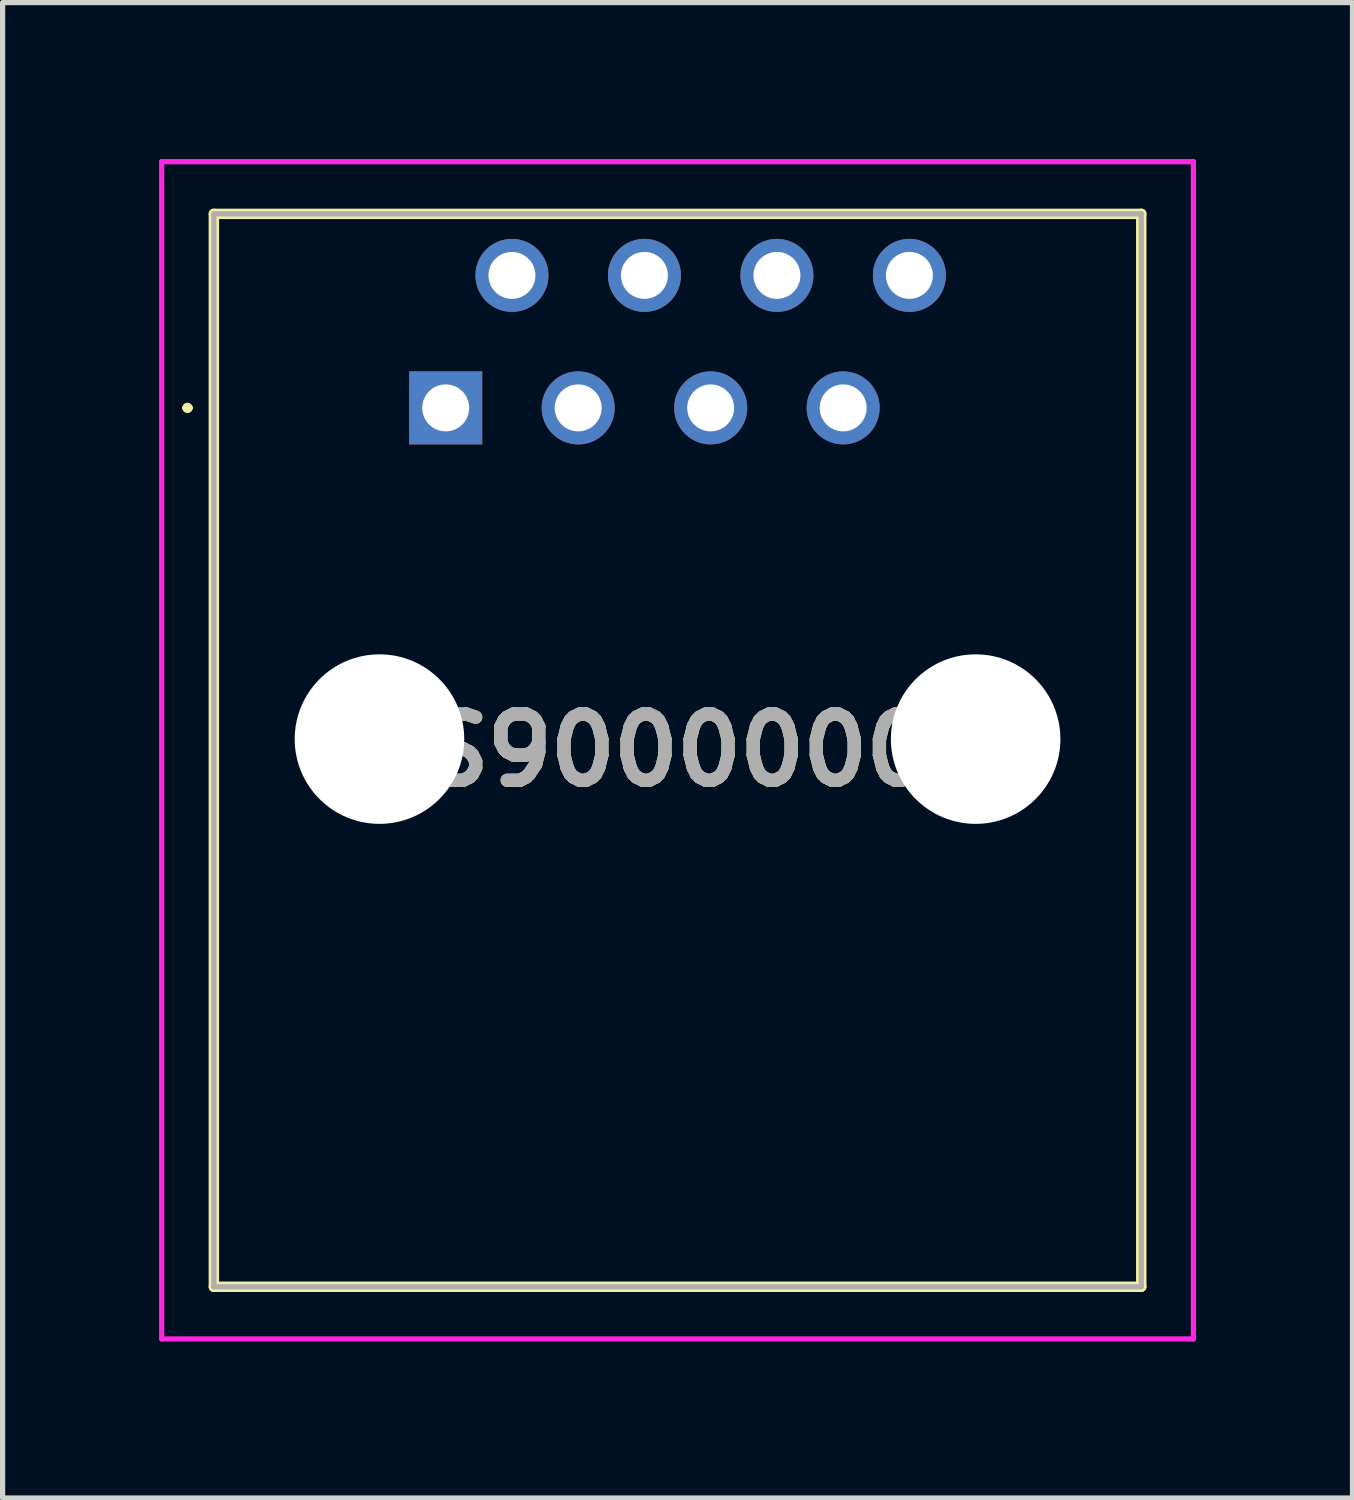
<source format=kicad_pcb>
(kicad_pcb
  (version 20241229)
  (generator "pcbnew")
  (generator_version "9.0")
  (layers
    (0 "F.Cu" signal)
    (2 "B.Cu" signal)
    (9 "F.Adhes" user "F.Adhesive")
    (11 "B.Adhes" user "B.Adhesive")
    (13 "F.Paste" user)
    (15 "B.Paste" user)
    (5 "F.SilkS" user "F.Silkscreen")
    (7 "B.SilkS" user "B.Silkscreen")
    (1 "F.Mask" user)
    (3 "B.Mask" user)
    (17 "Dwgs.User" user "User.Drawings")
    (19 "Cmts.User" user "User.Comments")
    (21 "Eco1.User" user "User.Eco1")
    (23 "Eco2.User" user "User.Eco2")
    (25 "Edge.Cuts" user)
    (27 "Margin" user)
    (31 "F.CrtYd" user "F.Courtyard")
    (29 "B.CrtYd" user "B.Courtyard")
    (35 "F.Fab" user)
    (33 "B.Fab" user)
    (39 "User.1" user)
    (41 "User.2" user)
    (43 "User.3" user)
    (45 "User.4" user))
  (footprint "SS90000002"
    (layer "F.Cu")
    (at 5.495 4.77)
    (property "Reference" "SS90000002" (at 4.445 6.565 0) (layer "F.SilkS") (effects (font (size 1.27 1.27) (thickness 0.254))))
    (attr through_hole)
    (fp_line (start -5 0) (end -5 0) (stroke (width 0.1) (type solid)) (layer "F.SilkS"))
    (fp_line (start -4.9 0) (end -4.9 0) (stroke (width 0.1) (type solid)) (layer "F.SilkS"))
    (fp_line (start -4.445 -3.72) (end 13.335 -3.72) (stroke (width 0.2) (type solid)) (layer "F.SilkS"))
    (fp_line (start -4.445 16.85) (end -4.445 -3.72) (stroke (width 0.2) (type solid)) (layer "F.SilkS"))
    (fp_line (start 13.335 -3.72) (end 13.335 16.85) (stroke (width 0.2) (type solid)) (layer "F.SilkS"))
    (fp_line (start 13.335 16.85) (end -4.445 16.85) (stroke (width 0.2) (type solid)) (layer "F.SilkS"))
    (fp_arc (start -5 0) (mid -4.95 -0.05) (end -4.9 0) (stroke (width 0.1) (type solid)) (layer "F.SilkS"))
    (fp_arc (start -4.9 0) (mid -4.95 0.05) (end -5 0) (stroke (width 0.1) (type solid)) (layer "F.SilkS"))
    (fp_line (start -5.445 -4.72) (end 14.335 -4.72) (stroke (width 0.1) (type solid)) (layer "F.CrtYd"))
    (fp_line (start -5.445 17.85) (end -5.445 -4.72) (stroke (width 0.1) (type solid)) (layer "F.CrtYd"))
    (fp_line (start 14.335 -4.72) (end 14.335 17.85) (stroke (width 0.1) (type solid)) (layer "F.CrtYd"))
    (fp_line (start 14.335 17.85) (end -5.445 17.85) (stroke (width 0.1) (type solid)) (layer "F.CrtYd"))
    (fp_line (start -4.445 -3.72) (end 13.335 -3.72) (stroke (width 0.1) (type solid)) (layer "F.Fab"))
    (fp_line (start -4.445 16.85) (end -4.445 -3.72) (stroke (width 0.1) (type solid)) (layer "F.Fab"))
    (fp_line (start 13.335 -3.72) (end 13.335 16.85) (stroke (width 0.1) (type solid)) (layer "F.Fab"))
    (fp_line (start 13.335 16.85) (end -4.445 16.85) (stroke (width 0.1) (type solid)) (layer "F.Fab"))
    (fp_text user "${REFERENCE}" (at 4.445 6.565 0) (layer "F.Fab") (effects (font (size 1.27 1.27) (thickness 0.254))))
    (pad "" np_thru_hole circle (at -1.27 6.35) (size 3.25 3.25) (drill 3.25) (layers "*.Cu" "*.Mask"))
    (pad "" np_thru_hole circle (at 10.16 6.35) (size 3.25 3.25) (drill 3.25) (layers "*.Cu" "*.Mask"))
    (pad "1" thru_hole rect (at 0 0) (size 1.4 1.4) (drill 0.9) (layers "*.Cu" "*.Mask"))
    (pad "2" thru_hole circle (at 1.27 -2.54) (size 1.4 1.4) (drill 0.9) (layers "*.Cu" "*.Mask"))
    (pad "3" thru_hole circle (at 2.54 0) (size 1.4 1.4) (drill 0.9) (layers "*.Cu" "*.Mask"))
    (pad "4" thru_hole circle (at 3.81 -2.54) (size 1.4 1.4) (drill 0.9) (layers "*.Cu" "*.Mask"))
    (pad "5" thru_hole circle (at 5.08 0) (size 1.4 1.4) (drill 0.9) (layers "*.Cu" "*.Mask"))
    (pad "6" thru_hole circle (at 6.35 -2.54) (size 1.4 1.4) (drill 0.9) (layers "*.Cu" "*.Mask"))
    (pad "7" thru_hole circle (at 7.62 0) (size 1.4 1.4) (drill 0.9) (layers "*.Cu" "*.Mask"))
    (pad "8" thru_hole circle (at 8.89 -2.54) (size 1.4 1.4) (drill 0.9) (layers "*.Cu" "*.Mask")))
  (gr_rect
    (start -3 -3)
    (end 22.88 25.67)
    (stroke (width 0.1) (type default))
    (fill no)
    (layer "Edge.Cuts")))
</source>
